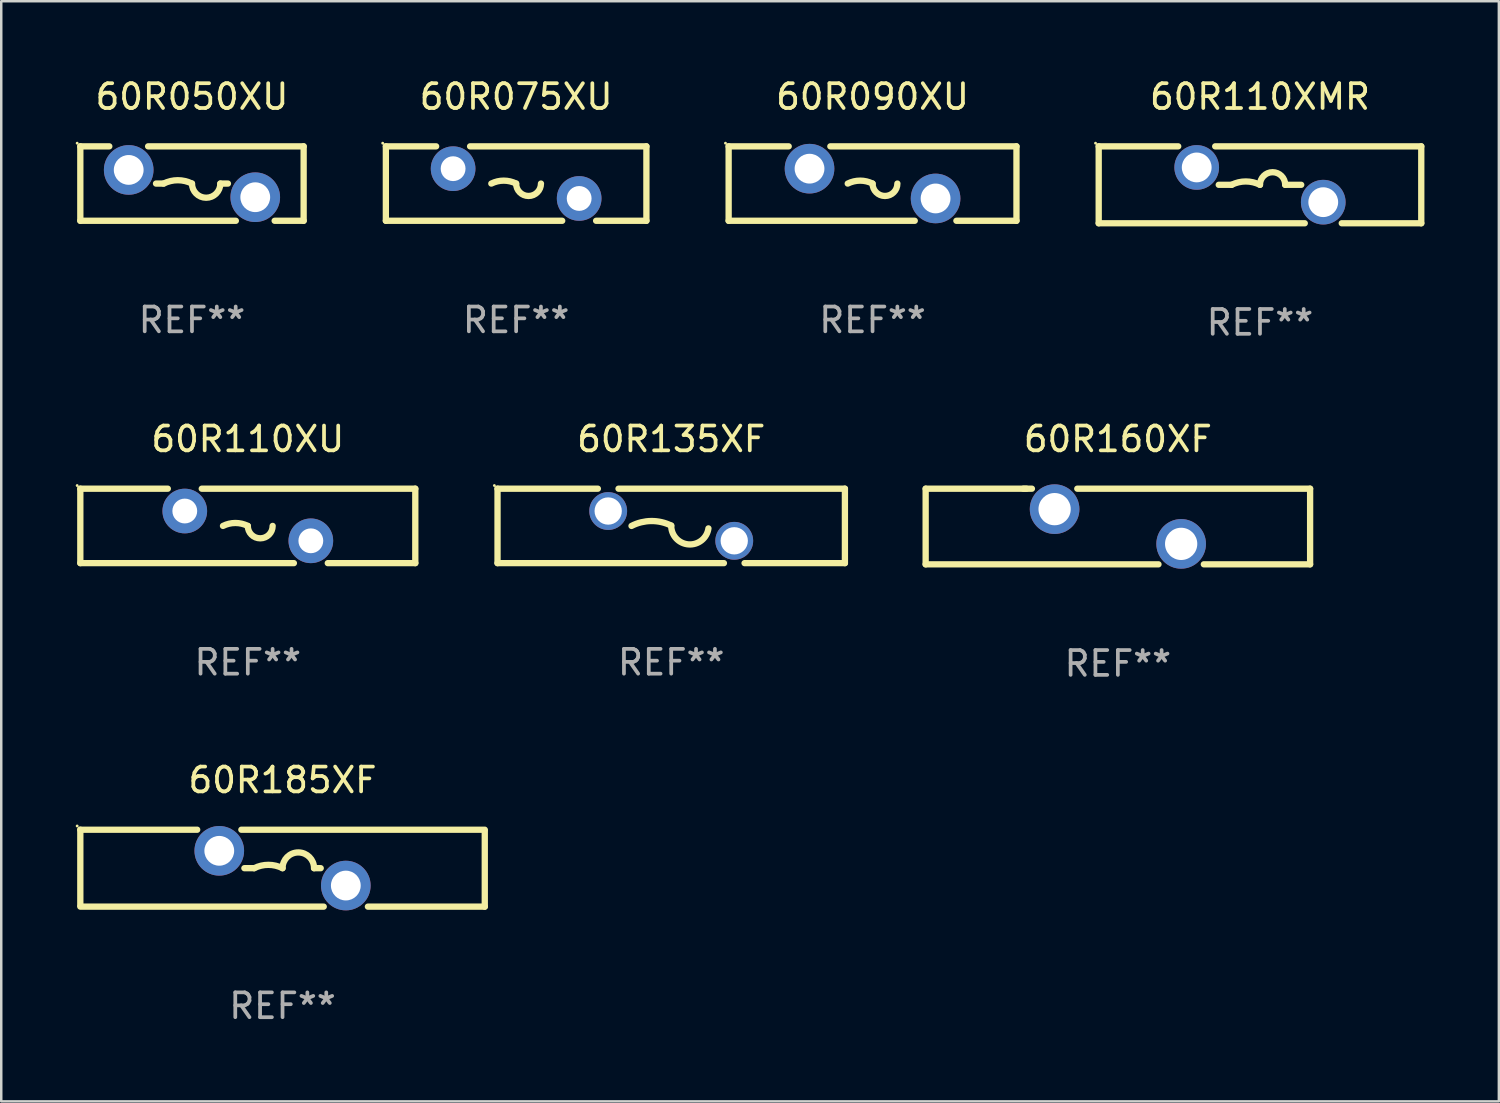
<source format=kicad_pcb>
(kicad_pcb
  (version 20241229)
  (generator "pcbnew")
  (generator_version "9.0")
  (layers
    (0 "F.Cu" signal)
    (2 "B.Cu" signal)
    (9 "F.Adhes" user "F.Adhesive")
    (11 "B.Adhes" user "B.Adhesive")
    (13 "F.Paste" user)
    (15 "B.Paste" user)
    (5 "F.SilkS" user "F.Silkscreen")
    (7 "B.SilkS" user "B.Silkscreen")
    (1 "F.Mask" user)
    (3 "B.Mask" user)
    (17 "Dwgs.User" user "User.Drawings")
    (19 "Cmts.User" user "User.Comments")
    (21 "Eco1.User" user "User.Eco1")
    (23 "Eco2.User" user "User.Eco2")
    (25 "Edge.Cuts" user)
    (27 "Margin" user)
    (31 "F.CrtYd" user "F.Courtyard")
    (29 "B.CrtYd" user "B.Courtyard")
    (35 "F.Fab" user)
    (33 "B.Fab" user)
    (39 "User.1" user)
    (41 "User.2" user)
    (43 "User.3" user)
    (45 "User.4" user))
  (footprint "60R110XMR"
    (layer "F.Cu")
    (at 47.729 4.398)
    (property "Reference" "60R110XMR" (at 0 -3.55 0) (layer "F.SilkS") (effects (font (size 1 1) (thickness 0.15))))
    (attr through_hole)
    (fp_line (start -6.5 1.55) (end -6.5 -1.55) (stroke (width 0.254) (type solid)) (layer "F.SilkS"))
    (fp_line (start -6.5 1.55) (end 1.805 1.55) (stroke (width 0.254) (type solid)) (layer "F.SilkS"))
    (fp_line (start -6.5 -1.55) (end -3.295 -1.55) (stroke (width 0.254) (type solid)) (layer "F.SilkS"))
    (fp_line (start -1.805 -1.55) (end 6.5 -1.55) (stroke (width 0.254) (type solid)) (layer "F.SilkS"))
    (fp_line (start -1.662 0) (end -1.143 0) (stroke (width 0.254) (type solid)) (layer "F.SilkS"))
    (fp_line (start 1.662 0) (end 1.016 0) (stroke (width 0.254) (type solid)) (layer "F.SilkS"))
    (fp_line (start 3.295 1.55) (end 6.5 1.55) (stroke (width 0.254) (type solid)) (layer "F.SilkS"))
    (fp_line (start 6.5 -1.55) (end 6.5 1.55) (stroke (width 0.254) (type solid)) (layer "F.SilkS"))
    (fp_arc (start -1.143002 0) (mid -0.571501 -0.134913) (end 0 0) (stroke (width 0.254001) (type solid)) (layer "F.SilkS"))
    (fp_arc (start 0 0) (mid 0.508001 -0.508001) (end 1.016002 0) (stroke (width 0.254001) (type solid)) (layer "F.SilkS"))
    (fp_circle (center -6.627 -1.677) (end -6.597 -1.677) (stroke (width 0.06) (type solid)) (fill no) (layer "F.SilkS"))
    (fp_text user "REF**" (at 0 5.55 0) (layer "F.Fab") (effects (font (size 1 1) (thickness 0.15))))
    (pad "1" thru_hole circle (at -2.55 -0.7) (size 1.8 1.8) (drill 1.2) (layers "*.Cu" "*.Mask"))
    (pad "2" thru_hole circle (at 2.55 0.7) (size 1.8 1.8) (drill 1.2) (layers "*.Cu" "*.Mask")))
  (footprint "60R110XU"
    (layer "F.Cu")
    (at 6.937 18.145)
    (property "Reference" "60R110XU" (at 0 -3.5 0) (layer "F.SilkS") (effects (font (size 1 1) (thickness 0.15))))
    (attr through_hole)
    (fp_line (start -6.75 -1.5) (end -3.224 -1.5) (stroke (width 0.254) (type solid)) (layer "F.SilkS"))
    (fp_line (start -6.75 1.5) (end -6.75 -1.5) (stroke (width 0.254) (type solid)) (layer "F.SilkS"))
    (fp_line (start -1.856 -1.5) (end 6.75 -1.5) (stroke (width 0.254) (type solid)) (layer "F.SilkS"))
    (fp_line (start 1.857 1.5) (end -6.75 1.5) (stroke (width 0.254) (type solid)) (layer "F.SilkS"))
    (fp_line (start 6.75 -1.5) (end 6.75 1.5) (stroke (width 0.254) (type solid)) (layer "F.SilkS"))
    (fp_line (start 6.75 1.5) (end 3.223 1.5) (stroke (width 0.254) (type solid)) (layer "F.SilkS"))
    (fp_arc (start -1 -0.000127) (mid -0.5 -0.118148) (end 0 -0.000127) (stroke (width 0.254001) (type solid)) (layer "F.SilkS"))
    (fp_arc (start 1.000762 -0.000127) (mid 0.500381 0.5) (end 0 -0.000127) (stroke (width 0.254001) (type solid)) (layer "F.SilkS"))
    (fp_circle (center -6.877 -1.627) (end -6.847 -1.627) (stroke (width 0.06) (type solid)) (fill no) (layer "F.SilkS"))
    (fp_text user "REF**" (at 0 5.5 0) (layer "F.Fab") (effects (font (size 1 1) (thickness 0.15))))
    (pad "1" thru_hole circle (at -2.54 -0.6) (size 1.8 1.8) (drill 1) (layers "*.Cu" "*.Mask"))
    (pad "2" thru_hole circle (at 2.54 0.6) (size 1.8 1.8) (drill 1) (layers "*.Cu" "*.Mask")))
  (footprint "60R090XU"
    (layer "F.Cu")
    (at 32.115 4.348)
    (property "Reference" "60R090XU" (at 0 -3.5 0) (layer "F.SilkS") (effects (font (size 1 1) (thickness 0.15))))
    (attr through_hole)
    (fp_line (start -5.8 -1.5) (end -5.8 1.5) (stroke (width 0.254) (type solid)) (layer "F.SilkS"))
    (fp_line (start -5.8 -1.5) (end -3.379 -1.5) (stroke (width 0.254) (type solid)) (layer "F.SilkS"))
    (fp_line (start -1.701 -1.5) (end 5.8 -1.5) (stroke (width 0.254) (type solid)) (layer "F.SilkS"))
    (fp_line (start 1.701 1.5) (end -5.8 1.5) (stroke (width 0.254) (type solid)) (layer "F.SilkS"))
    (fp_line (start 5.8 -1.5) (end 5.8 1.5) (stroke (width 0.254) (type solid)) (layer "F.SilkS"))
    (fp_line (start 5.8 1.5) (end 3.379 1.5) (stroke (width 0.254) (type solid)) (layer "F.SilkS"))
    (fp_arc (start -1 0) (mid -0.5 -0.118021) (end 0 0) (stroke (width 0.254001) (type solid)) (layer "F.SilkS"))
    (fp_arc (start 1.000762 0) (mid 0.500381 0.500127) (end 0 0) (stroke (width 0.254001) (type solid)) (layer "F.SilkS"))
    (fp_circle (center -5.927 -1.627) (end -5.897 -1.627) (stroke (width 0.06) (type solid)) (fill no) (layer "F.SilkS"))
    (fp_text user "REF**" (at 0 5.5 0) (layer "F.Fab") (effects (font (size 1 1) (thickness 0.15))))
    (pad "1" thru_hole circle (at -2.54 -0.6) (size 2 2) (drill 1.2) (layers "*.Cu" "*.Mask"))
    (pad "2" thru_hole circle (at 2.54 0.6) (size 2 2) (drill 1.2) (layers "*.Cu" "*.Mask")))
  (footprint "60R050XU"
    (layer "F.Cu")
    (at 4.687 4.348)
    (property "Reference" "60R050XU" (at 0 -3.5 0) (layer "F.SilkS") (effects (font (size 1 1) (thickness 0.15))))
    (attr through_hole)
    (fp_line (start -4.5 -1.5) (end -3.332 -1.5) (stroke (width 0.254) (type solid)) (layer "F.SilkS"))
    (fp_line (start -4.5 1.5) (end -4.5 -1.5) (stroke (width 0.254) (type solid)) (layer "F.SilkS"))
    (fp_line (start -4.5 1.5) (end 1.768 1.5) (stroke (width 0.254) (type solid)) (layer "F.SilkS"))
    (fp_line (start -1.768 -1.5) (end 4.5 -1.5) (stroke (width 0.254) (type solid)) (layer "F.SilkS"))
    (fp_line (start -1.449 0) (end -1.143 0) (stroke (width 0.254) (type solid)) (layer "F.SilkS"))
    (fp_line (start 1.449 0) (end 1.143 0) (stroke (width 0.254) (type solid)) (layer "F.SilkS"))
    (fp_line (start 3.332 1.5) (end 4.5 1.5) (stroke (width 0.254) (type solid)) (layer "F.SilkS"))
    (fp_line (start 4.5 -1.5) (end 4.5 1.5) (stroke (width 0.254) (type solid)) (layer "F.SilkS"))
    (fp_arc (start -1.143002 0) (mid -0.571501 -0.134913) (end 0 0) (stroke (width 0.254001) (type solid)) (layer "F.SilkS"))
    (fp_arc (start 1.143002 0) (mid 0.571501 0.571501) (end 0 0) (stroke (width 0.254001) (type solid)) (layer "F.SilkS"))
    (fp_circle (center -4.627 -1.627) (end -4.597 -1.627) (stroke (width 0.06) (type solid)) (fill no) (layer "F.SilkS"))
    (fp_text user "REF**" (at 0 5.5 0) (layer "F.Fab") (effects (font (size 1 1) (thickness 0.15))))
    (pad "1" thru_hole circle (at -2.55 -0.55) (size 2 2) (drill 1.2) (layers "*.Cu" "*.Mask"))
    (pad "2" thru_hole circle (at 2.55 0.55) (size 2 2) (drill 1.2) (layers "*.Cu" "*.Mask")))
  (footprint "60R185XF"
    (layer "F.Cu")
    (at 8.337 31.939)
    (property "Reference" "60R185XF" (at 0 -3.55 0) (layer "F.SilkS") (effects (font (size 1 1) (thickness 0.15))))
    (attr through_hole)
    (fp_line (start -8.15 -1.55) (end -3.44 -1.55) (stroke (width 0.254) (type solid)) (layer "F.SilkS"))
    (fp_line (start -8.15 1.5) (end -8.15 -1.55) (stroke (width 0.254) (type solid)) (layer "F.SilkS"))
    (fp_line (start -1.66 -1.55) (end 8.15 -1.55) (stroke (width 0.254) (type solid)) (layer "F.SilkS"))
    (fp_line (start -1.538 0) (end -1.143 0) (stroke (width 0.254) (type solid)) (layer "F.SilkS"))
    (fp_line (start 1.538 0) (end 1.27 0) (stroke (width 0.254) (type solid)) (layer "F.SilkS"))
    (fp_line (start 1.66 1.55) (end -8.15 1.55) (stroke (width 0.254) (type solid)) (layer "F.SilkS"))
    (fp_line (start 8.15 1.55) (end 3.44 1.55) (stroke (width 0.254) (type solid)) (layer "F.SilkS"))
    (fp_line (start 8.15 -1.5) (end 8.15 1.55) (stroke (width 0.254) (type solid)) (layer "F.SilkS"))
    (fp_arc (start -1.143028 0) (mid -0.571527 -0.134913) (end -0.000026 0) (stroke (width 0.254001) (type solid)) (layer "F.SilkS"))
    (fp_arc (start -0.000025 0) (mid 0.634976 -0.635001) (end 1.269977 0) (stroke (width 0.254001) (type solid)) (layer "F.SilkS"))
    (fp_circle (center -8.277 -1.7) (end -8.247 -1.7) (stroke (width 0.06) (type solid)) (fill no) (layer "F.SilkS"))
    (fp_text user "REF**" (at 0 5.55 0) (layer "F.Fab") (effects (font (size 1 1) (thickness 0.15))))
    (pad "1" thru_hole circle (at -2.55 -0.7) (size 2 2) (drill 1.2) (layers "*.Cu" "*.Mask"))
    (pad "2" thru_hole circle (at 2.55 0.7) (size 2 2) (drill 1.2) (layers "*.Cu" "*.Mask")))
  (footprint "60R075XU"
    (layer "F.Cu")
    (at 17.751 4.348)
    (property "Reference" "60R075XU" (at 0 -3.5 0) (layer "F.SilkS") (effects (font (size 1 1) (thickness 0.15))))
    (attr through_hole)
    (fp_line (start -5.25 -1.5) (end -3.224 -1.5) (stroke (width 0.254) (type solid)) (layer "F.SilkS"))
    (fp_line (start -5.25 1.5) (end -5.25 -1.5) (stroke (width 0.254) (type solid)) (layer "F.SilkS"))
    (fp_line (start -1.856 -1.5) (end 5.25 -1.5) (stroke (width 0.254) (type solid)) (layer "F.SilkS"))
    (fp_line (start 1.857 1.5) (end -5.25 1.5) (stroke (width 0.254) (type solid)) (layer "F.SilkS"))
    (fp_line (start 5.25 -1.5) (end 5.25 1.5) (stroke (width 0.254) (type solid)) (layer "F.SilkS"))
    (fp_line (start 5.25 1.5) (end 3.223 1.5) (stroke (width 0.254) (type solid)) (layer "F.SilkS"))
    (fp_arc (start -1 -0.000127) (mid -0.5 -0.118148) (end 0 -0.000127) (stroke (width 0.254001) (type solid)) (layer "F.SilkS"))
    (fp_arc (start 1.000762 -0.000127) (mid 0.500381 0.5) (end 0 -0.000127) (stroke (width 0.254001) (type solid)) (layer "F.SilkS"))
    (fp_circle (center -5.377 -1.627) (end -5.347 -1.627) (stroke (width 0.06) (type solid)) (fill no) (layer "F.SilkS"))
    (fp_text user "REF**" (at 0 5.5 0) (layer "F.Fab") (effects (font (size 1 1) (thickness 0.15))))
    (pad "1" thru_hole circle (at -2.54 -0.6) (size 1.8 1.8) (drill 1) (layers "*.Cu" "*.Mask"))
    (pad "2" thru_hole circle (at 2.54 0.6) (size 1.8 1.8) (drill 1) (layers "*.Cu" "*.Mask")))
  (footprint "60R135XF"
    (layer "F.Cu")
    (at 24.001 18.145)
    (property "Reference" "60R135XF" (at 0 -3.5 0) (layer "F.SilkS") (effects (font (size 1 1) (thickness 0.15))))
    (attr through_hole)
    (fp_line (start -7 -1.5) (end -7 1.5) (stroke (width 0.254) (type solid)) (layer "F.SilkS"))
    (fp_line (start -7 -1.5) (end -2.956 -1.5) (stroke (width 0.254) (type solid)) (layer "F.SilkS"))
    (fp_line (start -2.124 -1.5) (end 7 -1.5) (stroke (width 0.254) (type solid)) (layer "F.SilkS"))
    (fp_line (start 2.124 1.5) (end -7 1.5) (stroke (width 0.254) (type solid)) (layer "F.SilkS"))
    (fp_line (start 7 1.5) (end 2.956 1.5) (stroke (width 0.254) (type solid)) (layer "F.SilkS"))
    (fp_line (start 7 1.5) (end 7 -1.5) (stroke (width 0.254) (type solid)) (layer "F.SilkS"))
    (fp_arc (start -1.6 0) (mid -0.801529 -0.197174) (end 0 -0.012827) (stroke (width 0.254001) (type solid)) (layer "F.SilkS"))
    (fp_arc (start 1.5 0.1) (mid 0.69724 0.745018) (end 0.000001 -0.012828) (stroke (width 0.254001) (type solid)) (layer "F.SilkS"))
    (fp_circle (center -7.127 -1.627) (end -7.097 -1.627) (stroke (width 0.06) (type solid)) (fill no) (layer "F.SilkS"))
    (fp_text user "REF**" (at 0 5.5 0) (layer "F.Fab") (effects (font (size 1 1) (thickness 0.15))))
    (pad "1" thru_hole circle (at -2.54 -0.6) (size 1.524 1.524) (drill 1.1) (layers "*.Cu" "*.Mask"))
    (pad "2" thru_hole circle (at 2.54 0.6) (size 1.524 1.524) (drill 1.1) (layers "*.Cu" "*.Mask")))
  (footprint "60R160XF"
    (layer "F.Cu")
    (at 42.002 18.169)
    (property "Reference" "60R160XF" (at 0 -3.524 0) (layer "F.SilkS") (effects (font (size 1 1) (thickness 0.15))))
    (attr through_hole)
    (fp_line (start -7.747 -1.524) (end -7.747 1.524) (stroke (width 0.254) (type solid)) (layer "F.SilkS"))
    (fp_line (start -7.747 1.524) (end 1.636 1.524) (stroke (width 0.254) (type solid)) (layer "F.SilkS"))
    (fp_line (start -3.683 -1.524) (end -7.747 -1.524) (stroke (width 0.254) (type solid)) (layer "F.SilkS"))
    (fp_line (start -3.464 -1.524) (end -3.81 -1.524) (stroke (width 0.254) (type solid)) (layer "F.SilkS"))
    (fp_line (start 3.464 1.524) (end 7.747 1.524) (stroke (width 0.254) (type solid)) (layer "F.SilkS"))
    (fp_line (start 7.747 -1.524) (end -1.636 -1.524) (stroke (width 0.254) (type solid)) (layer "F.SilkS"))
    (fp_line (start 7.747 1.524) (end 7.747 -1.524) (stroke (width 0.254) (type solid)) (layer "F.SilkS"))
    (fp_circle (center -7.7 -1.55) (end -7.67 -1.55) (stroke (width 0.06) (type solid)) (fill no) (layer "F.SilkS"))
    (fp_text user "REF**" (at 0 5.524 0) (layer "F.Fab") (effects (font (size 1 1) (thickness 0.15))))
    (pad "1" thru_hole circle (at -2.55 -0.7) (size 2 2) (drill 1.3) (layers "*.Cu" "*.Mask"))
    (pad "2" thru_hole circle (at 2.55 0.7) (size 2 2) (drill 1.3) (layers "*.Cu" "*.Mask")))
  (gr_rect
    (start -3 -3)
    (end 57.356 41.337)
    (stroke (width 0.1) (type default))
    (fill no)
    (layer "Edge.Cuts")))
</source>
